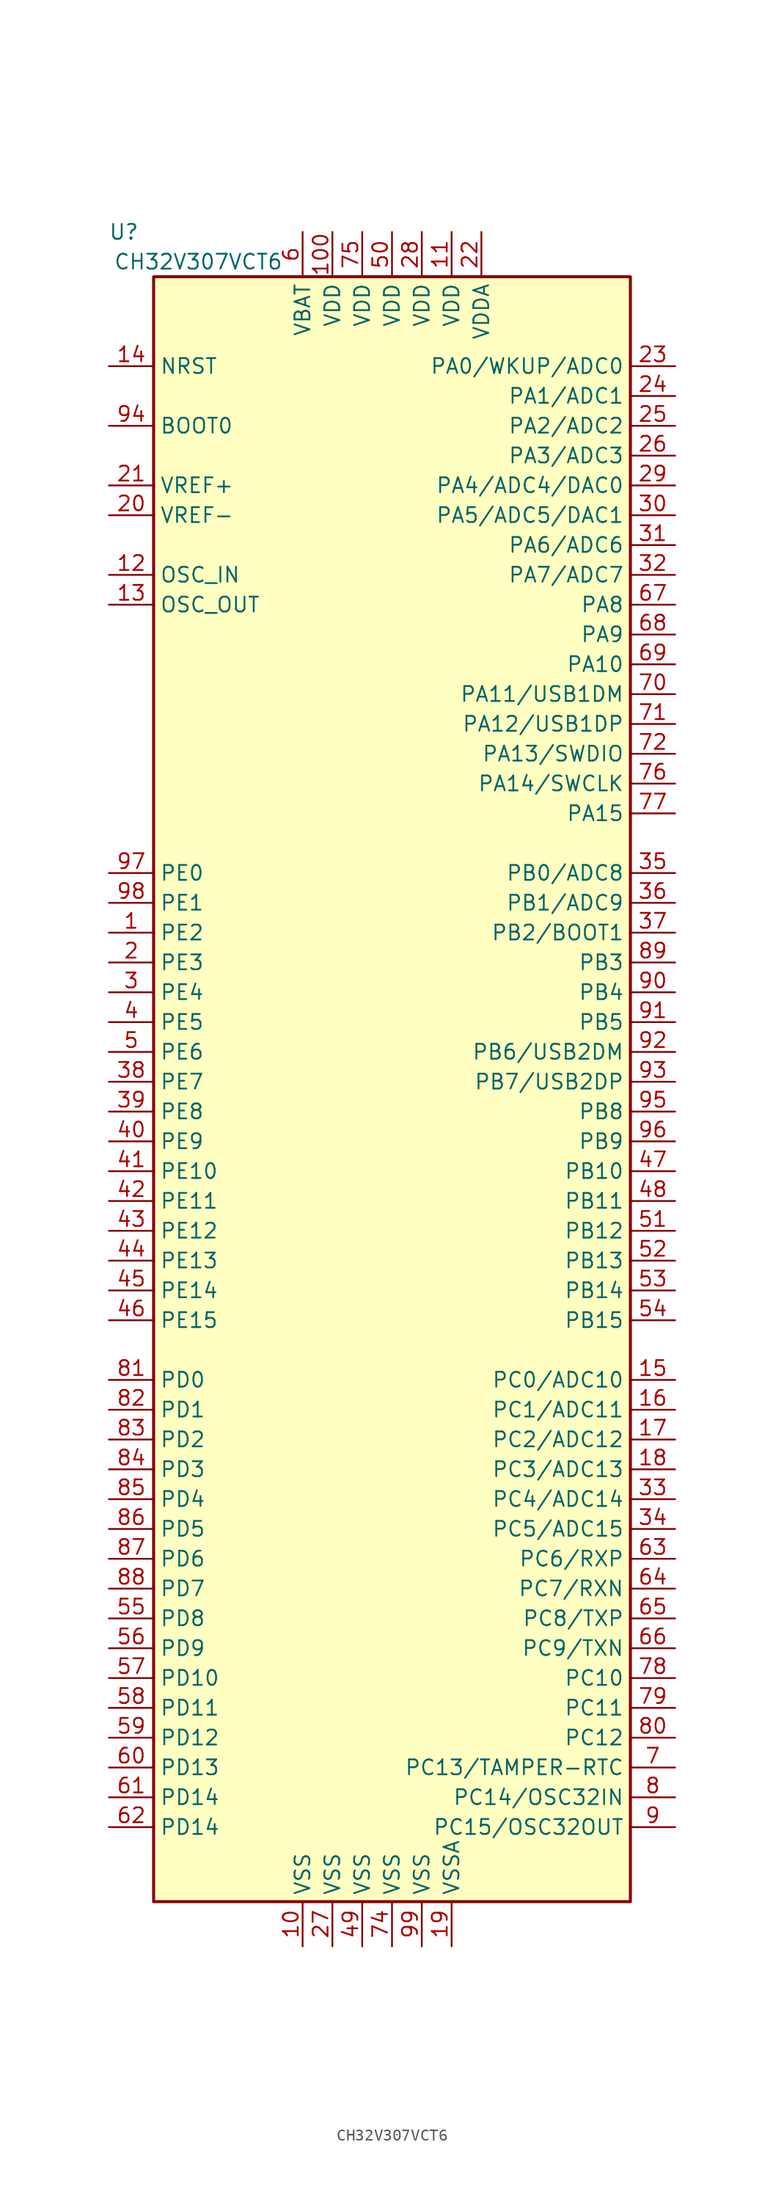
<source format=kicad_sym>
(kicad_symbol_lib
  (version 20211014)
  (generator kicad_symbol_editor)
  (symbol "CH32V307VCT6"
    (property "Reference" "U"
      (at 1.27 11.43 0)
      (effects (font (size 1.27 1.27))))
    (property "Value" "CH32V307VCT6"
      (at 7.62 8.89 0)
      (effects (font (size 1.27 1.27))))
    (symbol "CH32V307VCT6_0_1"
      (rectangle (start 3.81 7.62) (end 44.45 -130.81) (stroke (width 0.254) (type default) (color 0 0 0 0)) (fill (type background))))
    (symbol "CH32V307VCT6_1_1"
      (pin bidirectional line (at 0 -48.26 0) (length 3.81) (name "PE2" (effects (font (size 1.27 1.27)))) (number "1" (effects (font (size 1.27 1.27)))))
      (pin power_in line (at 16.51 -134.62 90) (length 3.81) (name "VSS" (effects (font (size 1.27 1.27)))) (number "10" (effects (font (size 1.27 1.27)))))
      (pin power_in line (at 19.05 11.43 270) (length 3.81) (name "VDD" (effects (font (size 1.27 1.27)))) (number "100" (effects (font (size 1.27 1.27)))))
      (pin power_in line (at 29.21 11.43 270) (length 3.81) (name "VDD" (effects (font (size 1.27 1.27)))) (number "11" (effects (font (size 1.27 1.27)))))
      (pin bidirectional line (at 0 -17.78 0) (length 3.81) (name "OSC_IN" (effects (font (size 1.27 1.27)))) (number "12" (effects (font (size 1.27 1.27)))))
      (pin bidirectional line (at 0 -20.32 0) (length 3.81) (name "OSC_OUT" (effects (font (size 1.27 1.27)))) (number "13" (effects (font (size 1.27 1.27)))))
      (pin bidirectional line (at 0 0 0) (length 3.81) (name "NRST" (effects (font (size 1.27 1.27)))) (number "14" (effects (font (size 1.27 1.27)))))
      (pin bidirectional line (at 48.26 -86.36 180) (length 3.81) (name "PC0/ADC10" (effects (font (size 1.27 1.27)))) (number "15" (effects (font (size 1.27 1.27)))))
      (pin bidirectional line (at 48.26 -88.9 180) (length 3.81) (name "PC1/ADC11" (effects (font (size 1.27 1.27)))) (number "16" (effects (font (size 1.27 1.27)))))
      (pin bidirectional line (at 48.26 -91.44 180) (length 3.81) (name "PC2/ADC12" (effects (font (size 1.27 1.27)))) (number "17" (effects (font (size 1.27 1.27)))))
      (pin bidirectional line (at 48.26 -93.98 180) (length 3.81) (name "PC3/ADC13" (effects (font (size 1.27 1.27)))) (number "18" (effects (font (size 1.27 1.27)))))
      (pin power_in line (at 29.21 -134.62 90) (length 3.81) (name "VSSA" (effects (font (size 1.27 1.27)))) (number "19" (effects (font (size 1.27 1.27)))))
      (pin bidirectional line (at 0 -50.8 0) (length 3.81) (name "PE3" (effects (font (size 1.27 1.27)))) (number "2" (effects (font (size 1.27 1.27)))))
      (pin power_in line (at 0 -12.7 0) (length 3.81) (name "VREF-" (effects (font (size 1.27 1.27)))) (number "20" (effects (font (size 1.27 1.27)))))
      (pin power_in line (at 0 -10.16 0) (length 3.81) (name "VREF+" (effects (font (size 1.27 1.27)))) (number "21" (effects (font (size 1.27 1.27)))))
      (pin power_in line (at 31.75 11.43 270) (length 3.81) (name "VDDA" (effects (font (size 1.27 1.27)))) (number "22" (effects (font (size 1.27 1.27)))))
      (pin bidirectional line (at 48.26 0 180) (length 3.81) (name "PA0/WKUP/ADC0" (effects (font (size 1.27 1.27)))) (number "23" (effects (font (size 1.27 1.27)))))
      (pin bidirectional line (at 48.26 -2.54 180) (length 3.81) (name "PA1/ADC1" (effects (font (size 1.27 1.27)))) (number "24" (effects (font (size 1.27 1.27)))))
      (pin bidirectional line (at 48.26 -5.08 180) (length 3.81) (name "PA2/ADC2" (effects (font (size 1.27 1.27)))) (number "25" (effects (font (size 1.27 1.27)))))
      (pin bidirectional line (at 48.26 -7.62 180) (length 3.81) (name "PA3/ADC3" (effects (font (size 1.27 1.27)))) (number "26" (effects (font (size 1.27 1.27)))))
      (pin power_in line (at 19.05 -134.62 90) (length 3.81) (name "VSS" (effects (font (size 1.27 1.27)))) (number "27" (effects (font (size 1.27 1.27)))))
      (pin power_in line (at 26.67 11.43 270) (length 3.81) (name "VDD" (effects (font (size 1.27 1.27)))) (number "28" (effects (font (size 1.27 1.27)))))
      (pin bidirectional line (at 48.26 -10.16 180) (length 3.81) (name "PA4/ADC4/DAC0" (effects (font (size 1.27 1.27)))) (number "29" (effects (font (size 1.27 1.27)))))
      (pin bidirectional line (at 0 -53.34 0) (length 3.81) (name "PE4" (effects (font (size 1.27 1.27)))) (number "3" (effects (font (size 1.27 1.27)))))
      (pin bidirectional line (at 48.26 -12.7 180) (length 3.81) (name "PA5/ADC5/DAC1" (effects (font (size 1.27 1.27)))) (number "30" (effects (font (size 1.27 1.27)))))
      (pin bidirectional line (at 48.26 -15.24 180) (length 3.81) (name "PA6/ADC6" (effects (font (size 1.27 1.27)))) (number "31" (effects (font (size 1.27 1.27)))))
      (pin bidirectional line (at 48.26 -17.78 180) (length 3.81) (name "PA7/ADC7" (effects (font (size 1.27 1.27)))) (number "32" (effects (font (size 1.27 1.27)))))
      (pin bidirectional line (at 48.26 -96.52 180) (length 3.81) (name "PC4/ADC14" (effects (font (size 1.27 1.27)))) (number "33" (effects (font (size 1.27 1.27)))))
      (pin bidirectional line (at 48.26 -99.06 180) (length 3.81) (name "PC5/ADC15" (effects (font (size 1.27 1.27)))) (number "34" (effects (font (size 1.27 1.27)))))
      (pin bidirectional line (at 48.26 -43.18 180) (length 3.81) (name "PB0/ADC8" (effects (font (size 1.27 1.27)))) (number "35" (effects (font (size 1.27 1.27)))))
      (pin bidirectional line (at 48.26 -45.72 180) (length 3.81) (name "PB1/ADC9" (effects (font (size 1.27 1.27)))) (number "36" (effects (font (size 1.27 1.27)))))
      (pin bidirectional line (at 48.26 -48.26 180) (length 3.81) (name "PB2/BOOT1" (effects (font (size 1.27 1.27)))) (number "37" (effects (font (size 1.27 1.27)))))
      (pin bidirectional line (at 0 -60.96 0) (length 3.81) (name "PE7" (effects (font (size 1.27 1.27)))) (number "38" (effects (font (size 1.27 1.27)))))
      (pin bidirectional line (at 0 -63.5 0) (length 3.81) (name "PE8" (effects (font (size 1.27 1.27)))) (number "39" (effects (font (size 1.27 1.27)))))
      (pin bidirectional line (at 0 -55.88 0) (length 3.81) (name "PE5" (effects (font (size 1.27 1.27)))) (number "4" (effects (font (size 1.27 1.27)))))
      (pin bidirectional line (at 0 -66.04 0) (length 3.81) (name "PE9" (effects (font (size 1.27 1.27)))) (number "40" (effects (font (size 1.27 1.27)))))
      (pin bidirectional line (at 0 -68.58 0) (length 3.81) (name "PE10" (effects (font (size 1.27 1.27)))) (number "41" (effects (font (size 1.27 1.27)))))
      (pin bidirectional line (at 0 -71.12 0) (length 3.81) (name "PE11" (effects (font (size 1.27 1.27)))) (number "42" (effects (font (size 1.27 1.27)))))
      (pin bidirectional line (at 0 -73.66 0) (length 3.81) (name "PE12" (effects (font (size 1.27 1.27)))) (number "43" (effects (font (size 1.27 1.27)))))
      (pin bidirectional line (at 0 -76.2 0) (length 3.81) (name "PE13" (effects (font (size 1.27 1.27)))) (number "44" (effects (font (size 1.27 1.27)))))
      (pin bidirectional line (at 0 -78.74 0) (length 3.81) (name "PE14" (effects (font (size 1.27 1.27)))) (number "45" (effects (font (size 1.27 1.27)))))
      (pin bidirectional line (at 0 -81.28 0) (length 3.81) (name "PE15" (effects (font (size 1.27 1.27)))) (number "46" (effects (font (size 1.27 1.27)))))
      (pin bidirectional line (at 48.26 -68.58 180) (length 3.81) (name "PB10" (effects (font (size 1.27 1.27)))) (number "47" (effects (font (size 1.27 1.27)))))
      (pin bidirectional line (at 48.26 -71.12 180) (length 3.81) (name "PB11" (effects (font (size 1.27 1.27)))) (number "48" (effects (font (size 1.27 1.27)))))
      (pin power_in line (at 21.59 -134.62 90) (length 3.81) (name "VSS" (effects (font (size 1.27 1.27)))) (number "49" (effects (font (size 1.27 1.27)))))
      (pin bidirectional line (at 0 -58.42 0) (length 3.81) (name "PE6" (effects (font (size 1.27 1.27)))) (number "5" (effects (font (size 1.27 1.27)))))
      (pin power_in line (at 24.13 11.43 270) (length 3.81) (name "VDD" (effects (font (size 1.27 1.27)))) (number "50" (effects (font (size 1.27 1.27)))))
      (pin bidirectional line (at 48.26 -73.66 180) (length 3.81) (name "PB12" (effects (font (size 1.27 1.27)))) (number "51" (effects (font (size 1.27 1.27)))))
      (pin bidirectional line (at 48.26 -76.2 180) (length 3.81) (name "PB13" (effects (font (size 1.27 1.27)))) (number "52" (effects (font (size 1.27 1.27)))))
      (pin bidirectional line (at 48.26 -78.74 180) (length 3.81) (name "PB14" (effects (font (size 1.27 1.27)))) (number "53" (effects (font (size 1.27 1.27)))))
      (pin bidirectional line (at 48.26 -81.28 180) (length 3.81) (name "PB15" (effects (font (size 1.27 1.27)))) (number "54" (effects (font (size 1.27 1.27)))))
      (pin bidirectional line (at 0 -106.68 0) (length 3.81) (name "PD8" (effects (font (size 1.27 1.27)))) (number "55" (effects (font (size 1.27 1.27)))))
      (pin bidirectional line (at 0 -109.22 0) (length 3.81) (name "PD9" (effects (font (size 1.27 1.27)))) (number "56" (effects (font (size 1.27 1.27)))))
      (pin bidirectional line (at 0 -111.76 0) (length 3.81) (name "PD10" (effects (font (size 1.27 1.27)))) (number "57" (effects (font (size 1.27 1.27)))))
      (pin bidirectional line (at 0 -114.3 0) (length 3.81) (name "PD11" (effects (font (size 1.27 1.27)))) (number "58" (effects (font (size 1.27 1.27)))))
      (pin bidirectional line (at 0 -116.84 0) (length 3.81) (name "PD12" (effects (font (size 1.27 1.27)))) (number "59" (effects (font (size 1.27 1.27)))))
      (pin power_in line (at 16.51 11.43 270) (length 3.81) (name "VBAT" (effects (font (size 1.27 1.27)))) (number "6" (effects (font (size 1.27 1.27)))))
      (pin bidirectional line (at 0 -119.38 0) (length 3.81) (name "PD13" (effects (font (size 1.27 1.27)))) (number "60" (effects (font (size 1.27 1.27)))))
      (pin bidirectional line (at 0 -121.92 0) (length 3.81) (name "PD14" (effects (font (size 1.27 1.27)))) (number "61" (effects (font (size 1.27 1.27)))))
      (pin bidirectional line (at 0 -124.46 0) (length 3.81) (name "PD14" (effects (font (size 1.27 1.27)))) (number "62" (effects (font (size 1.27 1.27)))))
      (pin bidirectional line (at 48.26 -101.6 180) (length 3.81) (name "PC6/RXP" (effects (font (size 1.27 1.27)))) (number "63" (effects (font (size 1.27 1.27)))))
      (pin bidirectional line (at 48.26 -104.14 180) (length 3.81) (name "PC7/RXN" (effects (font (size 1.27 1.27)))) (number "64" (effects (font (size 1.27 1.27)))))
      (pin bidirectional line (at 48.26 -106.68 180) (length 3.81) (name "PC8/TXP" (effects (font (size 1.27 1.27)))) (number "65" (effects (font (size 1.27 1.27)))))
      (pin bidirectional line (at 48.26 -109.22 180) (length 3.81) (name "PC9/TXN" (effects (font (size 1.27 1.27)))) (number "66" (effects (font (size 1.27 1.27)))))
      (pin bidirectional line (at 48.26 -20.32 180) (length 3.81) (name "PA8" (effects (font (size 1.27 1.27)))) (number "67" (effects (font (size 1.27 1.27)))))
      (pin bidirectional line (at 48.26 -22.86 180) (length 3.81) (name "PA9" (effects (font (size 1.27 1.27)))) (number "68" (effects (font (size 1.27 1.27)))))
      (pin bidirectional line (at 48.26 -25.4 180) (length 3.81) (name "PA10" (effects (font (size 1.27 1.27)))) (number "69" (effects (font (size 1.27 1.27)))))
      (pin bidirectional line (at 48.26 -119.38 180) (length 3.81) (name "PC13/TAMPER-RTC" (effects (font (size 1.27 1.27)))) (number "7" (effects (font (size 1.27 1.27)))))
      (pin bidirectional line (at 48.26 -27.94 180) (length 3.81) (name "PA11/USB1DM" (effects (font (size 1.27 1.27)))) (number "70" (effects (font (size 1.27 1.27)))))
      (pin bidirectional line (at 48.26 -30.48 180) (length 3.81) (name "PA12/USB1DP" (effects (font (size 1.27 1.27)))) (number "71" (effects (font (size 1.27 1.27)))))
      (pin bidirectional line (at 48.26 -33.02 180) (length 3.81) (name "PA13/SWDIO" (effects (font (size 1.27 1.27)))) (number "72" (effects (font (size 1.27 1.27)))))
      (pin no_connect line (at 0 -38.1 0) (length 3.81) hide (name "NC" (effects (font (size 1.27 1.27)))) (number "73" (effects (font (size 1.27 1.27)))))
      (pin power_in line (at 24.13 -134.62 90) (length 3.81) (name "VSS" (effects (font (size 1.27 1.27)))) (number "74" (effects (font (size 1.27 1.27)))))
      (pin power_in line (at 21.59 11.43 270) (length 3.81) (name "VDD" (effects (font (size 1.27 1.27)))) (number "75" (effects (font (size 1.27 1.27)))))
      (pin bidirectional line (at 48.26 -35.56 180) (length 3.81) (name "PA14/SWCLK" (effects (font (size 1.27 1.27)))) (number "76" (effects (font (size 1.27 1.27)))))
      (pin bidirectional line (at 48.26 -38.1 180) (length 3.81) (name "PA15" (effects (font (size 1.27 1.27)))) (number "77" (effects (font (size 1.27 1.27)))))
      (pin bidirectional line (at 48.26 -111.76 180) (length 3.81) (name "PC10" (effects (font (size 1.27 1.27)))) (number "78" (effects (font (size 1.27 1.27)))))
      (pin bidirectional line (at 48.26 -114.3 180) (length 3.81) (name "PC11" (effects (font (size 1.27 1.27)))) (number "79" (effects (font (size 1.27 1.27)))))
      (pin bidirectional line (at 48.26 -121.92 180) (length 3.81) (name "PC14/OSC32IN" (effects (font (size 1.27 1.27)))) (number "8" (effects (font (size 1.27 1.27)))))
      (pin bidirectional line (at 48.26 -116.84 180) (length 3.81) (name "PC12" (effects (font (size 1.27 1.27)))) (number "80" (effects (font (size 1.27 1.27)))))
      (pin bidirectional line (at 0 -86.36 0) (length 3.81) (name "PD0" (effects (font (size 1.27 1.27)))) (number "81" (effects (font (size 1.27 1.27)))))
      (pin bidirectional line (at 0 -88.9 0) (length 3.81) (name "PD1" (effects (font (size 1.27 1.27)))) (number "82" (effects (font (size 1.27 1.27)))))
      (pin bidirectional line (at 0 -91.44 0) (length 3.81) (name "PD2" (effects (font (size 1.27 1.27)))) (number "83" (effects (font (size 1.27 1.27)))))
      (pin bidirectional line (at 0 -93.98 0) (length 3.81) (name "PD3" (effects (font (size 1.27 1.27)))) (number "84" (effects (font (size 1.27 1.27)))))
      (pin bidirectional line (at 0 -96.52 0) (length 3.81) (name "PD4" (effects (font (size 1.27 1.27)))) (number "85" (effects (font (size 1.27 1.27)))))
      (pin bidirectional line (at 0 -99.06 0) (length 3.81) (name "PD5" (effects (font (size 1.27 1.27)))) (number "86" (effects (font (size 1.27 1.27)))))
      (pin bidirectional line (at 0 -101.6 0) (length 3.81) (name "PD6" (effects (font (size 1.27 1.27)))) (number "87" (effects (font (size 1.27 1.27)))))
      (pin bidirectional line (at 0 -104.14 0) (length 3.81) (name "PD7" (effects (font (size 1.27 1.27)))) (number "88" (effects (font (size 1.27 1.27)))))
      (pin bidirectional line (at 48.26 -50.8 180) (length 3.81) (name "PB3" (effects (font (size 1.27 1.27)))) (number "89" (effects (font (size 1.27 1.27)))))
      (pin bidirectional line (at 48.26 -124.46 180) (length 3.81) (name "PC15/OSC32OUT" (effects (font (size 1.27 1.27)))) (number "9" (effects (font (size 1.27 1.27)))))
      (pin bidirectional line (at 48.26 -53.34 180) (length 3.81) (name "PB4" (effects (font (size 1.27 1.27)))) (number "90" (effects (font (size 1.27 1.27)))))
      (pin bidirectional line (at 48.26 -55.88 180) (length 3.81) (name "PB5" (effects (font (size 1.27 1.27)))) (number "91" (effects (font (size 1.27 1.27)))))
      (pin bidirectional line (at 48.26 -58.42 180) (length 3.81) (name "PB6/USB2DM" (effects (font (size 1.27 1.27)))) (number "92" (effects (font (size 1.27 1.27)))))
      (pin bidirectional line (at 48.26 -60.96 180) (length 3.81) (name "PB7/USB2DP" (effects (font (size 1.27 1.27)))) (number "93" (effects (font (size 1.27 1.27)))))
      (pin bidirectional line (at 0 -5.08 0) (length 3.81) (name "BOOT0" (effects (font (size 1.27 1.27)))) (number "94" (effects (font (size 1.27 1.27)))))
      (pin bidirectional line (at 48.26 -63.5 180) (length 3.81) (name "PB8" (effects (font (size 1.27 1.27)))) (number "95" (effects (font (size 1.27 1.27)))))
      (pin bidirectional line (at 48.26 -66.04 180) (length 3.81) (name "PB9" (effects (font (size 1.27 1.27)))) (number "96" (effects (font (size 1.27 1.27)))))
      (pin bidirectional line (at 0 -43.18 0) (length 3.81) (name "PE0" (effects (font (size 1.27 1.27)))) (number "97" (effects (font (size 1.27 1.27)))))
      (pin bidirectional line (at 0 -45.72 0) (length 3.81) (name "PE1" (effects (font (size 1.27 1.27)))) (number "98" (effects (font (size 1.27 1.27)))))
      (pin power_in line (at 26.67 -134.62 90) (length 3.81) (name "VSS" (effects (font (size 1.27 1.27)))) (number "99" (effects (font (size 1.27 1.27))))))))
</source>
